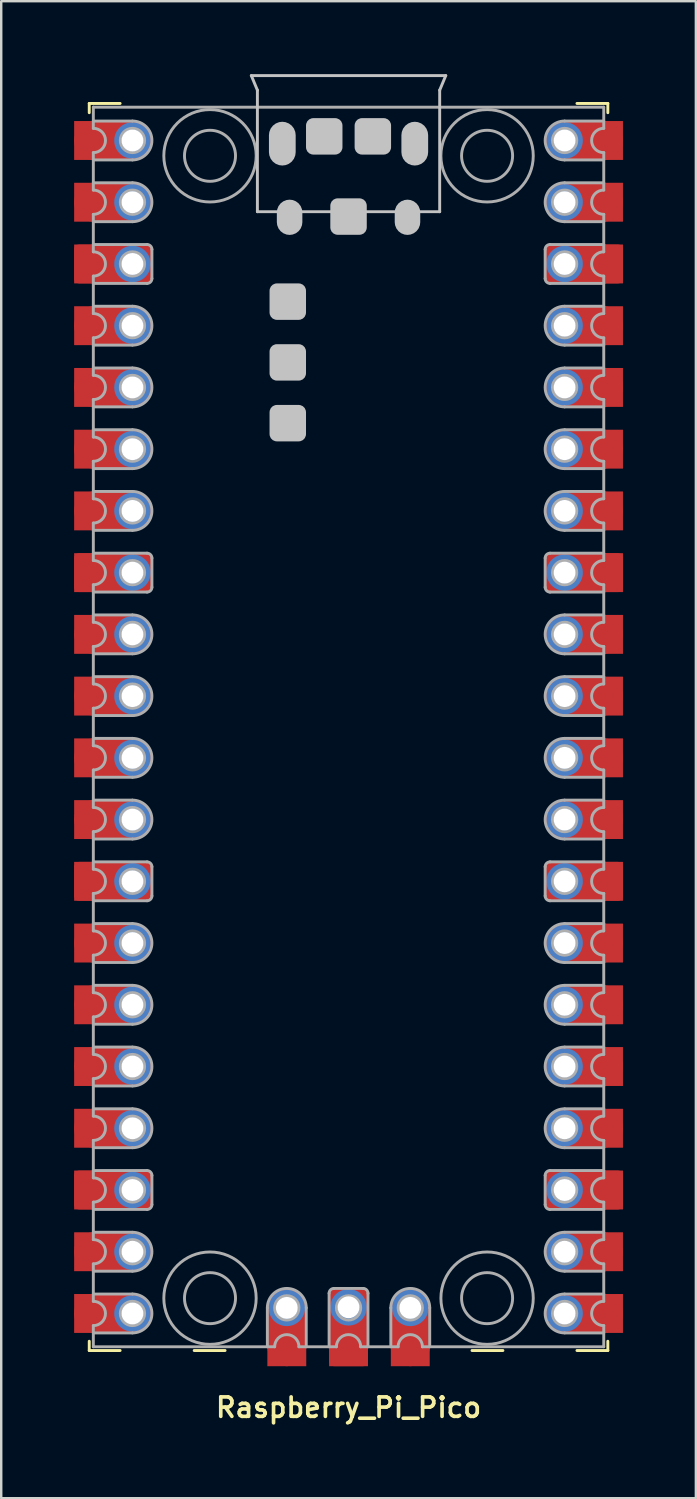
<source format=kicad_pcb>
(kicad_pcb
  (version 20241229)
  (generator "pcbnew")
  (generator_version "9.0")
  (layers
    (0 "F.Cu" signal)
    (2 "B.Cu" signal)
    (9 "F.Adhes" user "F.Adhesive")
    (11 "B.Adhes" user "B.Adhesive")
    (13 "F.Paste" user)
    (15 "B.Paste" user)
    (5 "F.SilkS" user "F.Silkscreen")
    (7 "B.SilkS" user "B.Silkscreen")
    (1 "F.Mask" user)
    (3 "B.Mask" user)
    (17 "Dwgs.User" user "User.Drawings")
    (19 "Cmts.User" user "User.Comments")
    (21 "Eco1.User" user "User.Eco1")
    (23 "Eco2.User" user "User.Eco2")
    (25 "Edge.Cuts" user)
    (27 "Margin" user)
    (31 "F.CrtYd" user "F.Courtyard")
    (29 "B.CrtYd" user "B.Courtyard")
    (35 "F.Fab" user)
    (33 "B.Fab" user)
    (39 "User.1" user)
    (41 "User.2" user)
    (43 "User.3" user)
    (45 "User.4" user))
  (footprint "Raspberry_Pi_Pico"
    (layer "F.Cu")
    (at 11.29 26.86)
    (property "Reference" "Raspberry_Pi_Pico" (at 0 28 0) (layer "F.SilkS") (effects (font (size 0.8 0.8) (thickness 0.15))))
    (attr through_hole)
    (fp_line (start -10.668 -25.654) (end -9.398 -25.654) (stroke (width 0.12) (type solid)) (layer "F.SilkS"))
    (fp_line (start -10.668 -25.273) (end -10.668 -25.654) (stroke (width 0.12) (type solid)) (layer "F.SilkS"))
    (fp_line (start -10.668 25.273) (end -10.668 25.654) (stroke (width 0.12) (type solid)) (layer "F.SilkS"))
    (fp_line (start -10.668 25.654) (end -9.398 25.654) (stroke (width 0.12) (type solid)) (layer "F.SilkS"))
    (fp_line (start -6.35 25.654) (end -5.08 25.654) (stroke (width 0.12) (type solid)) (layer "F.SilkS"))
    (fp_line (start 5.08 25.654) (end 6.35 25.654) (stroke (width 0.12) (type solid)) (layer "F.SilkS"))
    (fp_line (start 9.398 25.654) (end 10.668 25.654) (stroke (width 0.12) (type solid)) (layer "F.SilkS"))
    (fp_line (start 10.668 -25.654) (end 9.398 -25.654) (stroke (width 0.12) (type solid)) (layer "F.SilkS"))
    (fp_line (start 10.668 -25.273) (end 10.668 -25.654) (stroke (width 0.12) (type solid)) (layer "F.SilkS"))
    (fp_line (start 10.668 25.654) (end 10.668 25.273) (stroke (width 0.12) (type solid)) (layer "F.SilkS"))
    (fp_line (start -4 -26.8) (end -3.75 -26.2) (stroke (width 0.12) (type solid)) (layer "Dwgs.User"))
    (fp_line (start -4 -26.8) (end 4 -26.8) (stroke (width 0.12) (type solid)) (layer "Dwgs.User"))
    (fp_line (start -3.75 -26.2) (end -3.75 -21.2) (stroke (width 0.12) (type solid)) (layer "Dwgs.User"))
    (fp_line (start -3.75 -21.2) (end 3.75 -21.2) (stroke (width 0.12) (type solid)) (layer "Dwgs.User"))
    (fp_line (start 3.75 -26.2) (end 3.75 -21.2) (stroke (width 0.12) (type solid)) (layer "Dwgs.User"))
    (fp_line (start 4 -26.8) (end 3.75 -26.2) (stroke (width 0.12) (type solid)) (layer "Dwgs.User"))
    (fp_line (start -10.5 -25.5) (end -10.5 -24.63) (stroke (width 0.12) (type solid)) (layer "F.Fab"))
    (fp_line (start -10.5 -23.63) (end -10.5 -22.09) (stroke (width 0.12) (type solid)) (layer "F.Fab"))
    (fp_line (start -10.5 -21.09) (end -10.5 -19.55) (stroke (width 0.12) (type solid)) (layer "F.Fab"))
    (fp_line (start -10.5 -18.55) (end -10.5 -17.01) (stroke (width 0.12) (type solid)) (layer "F.Fab"))
    (fp_line (start -10.5 -16.01) (end -10.5 -14.47) (stroke (width 0.12) (type solid)) (layer "F.Fab"))
    (fp_line (start -10.5 -13.47) (end -10.5 -11.93) (stroke (width 0.12) (type solid)) (layer "F.Fab"))
    (fp_line (start -10.5 -10.93) (end -10.5 -9.39) (stroke (width 0.12) (type solid)) (layer "F.Fab"))
    (fp_line (start -10.5 -8.39) (end -10.5 -6.85) (stroke (width 0.12) (type solid)) (layer "F.Fab"))
    (fp_line (start -10.5 -5.85) (end -10.5 -4.31) (stroke (width 0.12) (type solid)) (layer "F.Fab"))
    (fp_line (start -10.5 -3.31) (end -10.5 -1.77) (stroke (width 0.12) (type solid)) (layer "F.Fab"))
    (fp_line (start -10.5 -0.77) (end -10.5 0.77) (stroke (width 0.12) (type solid)) (layer "F.Fab"))
    (fp_line (start -10.5 1.77) (end -10.5 3.31) (stroke (width 0.12) (type solid)) (layer "F.Fab"))
    (fp_line (start -10.5 4.31) (end -10.5 5.85) (stroke (width 0.12) (type solid)) (layer "F.Fab"))
    (fp_line (start -10.5 6.85) (end -10.5 8.39) (stroke (width 0.12) (type solid)) (layer "F.Fab"))
    (fp_line (start -10.5 9.39) (end -10.5 10.93) (stroke (width 0.12) (type solid)) (layer "F.Fab"))
    (fp_line (start -10.5 11.93) (end -10.5 13.47) (stroke (width 0.12) (type solid)) (layer "F.Fab"))
    (fp_line (start -10.5 14.47) (end -10.5 16.01) (stroke (width 0.12) (type solid)) (layer "F.Fab"))
    (fp_line (start -10.5 17.01) (end -10.5 18.55) (stroke (width 0.12) (type solid)) (layer "F.Fab"))
    (fp_line (start -10.5 19.55) (end -10.5 21.09) (stroke (width 0.12) (type solid)) (layer "F.Fab"))
    (fp_line (start -10.5 22.09) (end -10.5 23.63) (stroke (width 0.12) (type solid)) (layer "F.Fab"))
    (fp_line (start -10.5 24.63) (end -10.5 25.5) (stroke (width 0.12) (type solid)) (layer "F.Fab"))
    (fp_line (start -8.89 -24.93) (end -10.5 -24.93) (stroke (width 0.12) (type solid)) (layer "F.Fab"))
    (fp_line (start -8.89 -23.33) (end -10.5 -23.33) (stroke (width 0.12) (type solid)) (layer "F.Fab"))
    (fp_line (start -8.89 -22.39) (end -10.5 -22.39) (stroke (width 0.12) (type solid)) (layer "F.Fab"))
    (fp_line (start -8.89 -20.79) (end -10.5 -20.79) (stroke (width 0.12) (type solid)) (layer "F.Fab"))
    (fp_line (start -8.89 -17.31) (end -10.5 -17.31) (stroke (width 0.12) (type solid)) (layer "F.Fab"))
    (fp_line (start -8.89 -15.71) (end -10.5 -15.71) (stroke (width 0.12) (type solid)) (layer "F.Fab"))
    (fp_line (start -8.89 -14.77) (end -10.5 -14.77) (stroke (width 0.12) (type solid)) (layer "F.Fab"))
    (fp_line (start -8.89 -13.17) (end -10.5 -13.17) (stroke (width 0.12) (type solid)) (layer "F.Fab"))
    (fp_line (start -8.89 -12.23) (end -10.5 -12.23) (stroke (width 0.12) (type solid)) (layer "F.Fab"))
    (fp_line (start -8.89 -10.63) (end -10.5 -10.63) (stroke (width 0.12) (type solid)) (layer "F.Fab"))
    (fp_line (start -8.89 -9.69) (end -10.5 -9.69) (stroke (width 0.12) (type solid)) (layer "F.Fab"))
    (fp_line (start -8.89 -8.09) (end -10.5 -8.09) (stroke (width 0.12) (type solid)) (layer "F.Fab"))
    (fp_line (start -8.89 -4.61) (end -10.5 -4.61) (stroke (width 0.12) (type solid)) (layer "F.Fab"))
    (fp_line (start -8.89 -3.01) (end -10.5 -3.01) (stroke (width 0.12) (type solid)) (layer "F.Fab"))
    (fp_line (start -8.89 -2.07) (end -10.5 -2.07) (stroke (width 0.12) (type solid)) (layer "F.Fab"))
    (fp_line (start -8.89 -0.47) (end -10.5 -0.47) (stroke (width 0.12) (type solid)) (layer "F.Fab"))
    (fp_line (start -8.89 0.47) (end -10.5 0.47) (stroke (width 0.12) (type solid)) (layer "F.Fab"))
    (fp_line (start -8.89 2.07) (end -10.5 2.07) (stroke (width 0.12) (type solid)) (layer "F.Fab"))
    (fp_line (start -8.89 3.01) (end -10.5 3.01) (stroke (width 0.12) (type solid)) (layer "F.Fab"))
    (fp_line (start -8.89 4.61) (end -10.5 4.61) (stroke (width 0.12) (type solid)) (layer "F.Fab"))
    (fp_line (start -8.89 8.09) (end -10.5 8.09) (stroke (width 0.12) (type solid)) (layer "F.Fab"))
    (fp_line (start -8.89 9.69) (end -10.5 9.69) (stroke (width 0.12) (type solid)) (layer "F.Fab"))
    (fp_line (start -8.89 10.63) (end -10.5 10.63) (stroke (width 0.12) (type solid)) (layer "F.Fab"))
    (fp_line (start -8.89 12.23) (end -10.5 12.23) (stroke (width 0.12) (type solid)) (layer "F.Fab"))
    (fp_line (start -8.89 13.17) (end -10.5 13.17) (stroke (width 0.12) (type solid)) (layer "F.Fab"))
    (fp_line (start -8.89 14.77) (end -10.5 14.77) (stroke (width 0.12) (type solid)) (layer "F.Fab"))
    (fp_line (start -8.89 15.71) (end -10.5 15.71) (stroke (width 0.12) (type solid)) (layer "F.Fab"))
    (fp_line (start -8.89 17.31) (end -10.5 17.31) (stroke (width 0.12) (type solid)) (layer "F.Fab"))
    (fp_line (start -8.89 20.79) (end -10.5 20.79) (stroke (width 0.12) (type solid)) (layer "F.Fab"))
    (fp_line (start -8.89 22.39) (end -10.5 22.39) (stroke (width 0.12) (type solid)) (layer "F.Fab"))
    (fp_line (start -8.89 23.33) (end -10.5 23.33) (stroke (width 0.12) (type solid)) (layer "F.Fab"))
    (fp_line (start -8.89 24.93) (end -10.5 24.93) (stroke (width 0.12) (type solid)) (layer "F.Fab"))
    (fp_line (start -8.29 -19.85) (end -10.5 -19.85) (stroke (width 0.12) (type solid)) (layer "F.Fab"))
    (fp_line (start -8.29 -18.25) (end -10.5 -18.25) (stroke (width 0.12) (type solid)) (layer "F.Fab"))
    (fp_line (start -8.29 -7.15) (end -10.5 -7.15) (stroke (width 0.12) (type solid)) (layer "F.Fab"))
    (fp_line (start -8.29 -5.55) (end -10.5 -5.55) (stroke (width 0.12) (type solid)) (layer "F.Fab"))
    (fp_line (start -8.29 5.55) (end -10.5 5.55) (stroke (width 0.12) (type solid)) (layer "F.Fab"))
    (fp_line (start -8.29 7.15) (end -10.5 7.15) (stroke (width 0.12) (type solid)) (layer "F.Fab"))
    (fp_line (start -8.29 18.25) (end -10.5 18.25) (stroke (width 0.12) (type solid)) (layer "F.Fab"))
    (fp_line (start -8.29 19.85) (end -10.5 19.85) (stroke (width 0.12) (type solid)) (layer "F.Fab"))
    (fp_line (start -8.09 -19.65) (end -8.09 -18.45) (stroke (width 0.12) (type solid)) (layer "F.Fab"))
    (fp_line (start -8.09 -6.95) (end -8.09 -5.75) (stroke (width 0.12) (type solid)) (layer "F.Fab"))
    (fp_line (start -8.09 5.75) (end -8.09 6.95) (stroke (width 0.12) (type solid)) (layer "F.Fab"))
    (fp_line (start -8.09 18.45) (end -8.09 19.65) (stroke (width 0.12) (type solid)) (layer "F.Fab"))
    (fp_line (start -3.34 23.9) (end -3.34 25.5) (stroke (width 0.12) (type solid)) (layer "F.Fab"))
    (fp_line (start -3.04 25.5) (end -10.5 25.5) (stroke (width 0.12) (type solid)) (layer "F.Fab"))
    (fp_line (start -1.74 23.9) (end -1.74 25.5) (stroke (width 0.12) (type solid)) (layer "F.Fab"))
    (fp_line (start -0.8 23.3) (end -0.8 25.5) (stroke (width 0.12) (type solid)) (layer "F.Fab"))
    (fp_line (start -0.6 23.1) (end 0.6 23.1) (stroke (width 0.12) (type solid)) (layer "F.Fab"))
    (fp_line (start -0.5 25.5) (end -2.04 25.5) (stroke (width 0.12) (type solid)) (layer "F.Fab"))
    (fp_line (start 0.8 23.3) (end 0.8 25.5) (stroke (width 0.12) (type solid)) (layer "F.Fab"))
    (fp_line (start 1.74 23.9) (end 1.74 25.5) (stroke (width 0.12) (type solid)) (layer "F.Fab"))
    (fp_line (start 2.04 25.5) (end 0.5 25.5) (stroke (width 0.12) (type solid)) (layer "F.Fab"))
    (fp_line (start 3.34 23.9) (end 3.34 25.5) (stroke (width 0.12) (type solid)) (layer "F.Fab"))
    (fp_line (start 8.09 -18.45) (end 8.09 -19.65) (stroke (width 0.12) (type solid)) (layer "F.Fab"))
    (fp_line (start 8.09 -5.75) (end 8.09 -6.95) (stroke (width 0.12) (type solid)) (layer "F.Fab"))
    (fp_line (start 8.09 6.95) (end 8.09 5.75) (stroke (width 0.12) (type solid)) (layer "F.Fab"))
    (fp_line (start 8.09 19.65) (end 8.09 18.45) (stroke (width 0.12) (type solid)) (layer "F.Fab"))
    (fp_line (start 8.29 -19.85) (end 10.5 -19.85) (stroke (width 0.12) (type solid)) (layer "F.Fab"))
    (fp_line (start 8.29 -18.25) (end 10.5 -18.25) (stroke (width 0.12) (type solid)) (layer "F.Fab"))
    (fp_line (start 8.29 -7.15) (end 10.5 -7.15) (stroke (width 0.12) (type solid)) (layer "F.Fab"))
    (fp_line (start 8.29 -5.55) (end 10.5 -5.55) (stroke (width 0.12) (type solid)) (layer "F.Fab"))
    (fp_line (start 8.29 5.55) (end 10.5 5.55) (stroke (width 0.12) (type solid)) (layer "F.Fab"))
    (fp_line (start 8.29 7.15) (end 10.5 7.15) (stroke (width 0.12) (type solid)) (layer "F.Fab"))
    (fp_line (start 8.29 18.25) (end 10.5 18.25) (stroke (width 0.12) (type solid)) (layer "F.Fab"))
    (fp_line (start 8.29 19.85) (end 10.5 19.85) (stroke (width 0.12) (type solid)) (layer "F.Fab"))
    (fp_line (start 8.89 -24.93) (end 10.5 -24.93) (stroke (width 0.12) (type solid)) (layer "F.Fab"))
    (fp_line (start 8.89 -23.33) (end 10.5 -23.33) (stroke (width 0.12) (type solid)) (layer "F.Fab"))
    (fp_line (start 8.89 -22.39) (end 10.5 -22.39) (stroke (width 0.12) (type solid)) (layer "F.Fab"))
    (fp_line (start 8.89 -20.79) (end 10.5 -20.79) (stroke (width 0.12) (type solid)) (layer "F.Fab"))
    (fp_line (start 8.89 -17.31) (end 10.5 -17.31) (stroke (width 0.12) (type solid)) (layer "F.Fab"))
    (fp_line (start 8.89 -15.71) (end 10.5 -15.71) (stroke (width 0.12) (type solid)) (layer "F.Fab"))
    (fp_line (start 8.89 -14.77) (end 10.5 -14.77) (stroke (width 0.12) (type solid)) (layer "F.Fab"))
    (fp_line (start 8.89 -13.17) (end 10.5 -13.17) (stroke (width 0.12) (type solid)) (layer "F.Fab"))
    (fp_line (start 8.89 -12.23) (end 10.5 -12.23) (stroke (width 0.12) (type solid)) (layer "F.Fab"))
    (fp_line (start 8.89 -10.63) (end 10.5 -10.63) (stroke (width 0.12) (type solid)) (layer "F.Fab"))
    (fp_line (start 8.89 -9.69) (end 10.5 -9.69) (stroke (width 0.12) (type solid)) (layer "F.Fab"))
    (fp_line (start 8.89 -8.09) (end 10.5 -8.09) (stroke (width 0.12) (type solid)) (layer "F.Fab"))
    (fp_line (start 8.89 -4.61) (end 10.5 -4.61) (stroke (width 0.12) (type solid)) (layer "F.Fab"))
    (fp_line (start 8.89 -3.01) (end 10.5 -3.01) (stroke (width 0.12) (type solid)) (layer "F.Fab"))
    (fp_line (start 8.89 -2.07) (end 10.5 -2.07) (stroke (width 0.12) (type solid)) (layer "F.Fab"))
    (fp_line (start 8.89 -0.47) (end 10.5 -0.47) (stroke (width 0.12) (type solid)) (layer "F.Fab"))
    (fp_line (start 8.89 0.47) (end 10.5 0.47) (stroke (width 0.12) (type solid)) (layer "F.Fab"))
    (fp_line (start 8.89 2.07) (end 10.5 2.07) (stroke (width 0.12) (type solid)) (layer "F.Fab"))
    (fp_line (start 8.89 3.01) (end 10.5 3.01) (stroke (width 0.12) (type solid)) (layer "F.Fab"))
    (fp_line (start 8.89 4.61) (end 10.5 4.61) (stroke (width 0.12) (type solid)) (layer "F.Fab"))
    (fp_line (start 8.89 8.09) (end 10.5 8.09) (stroke (width 0.12) (type solid)) (layer "F.Fab"))
    (fp_line (start 8.89 9.69) (end 10.5 9.69) (stroke (width 0.12) (type solid)) (layer "F.Fab"))
    (fp_line (start 8.89 10.63) (end 10.5 10.63) (stroke (width 0.12) (type solid)) (layer "F.Fab"))
    (fp_line (start 8.89 12.23) (end 10.5 12.23) (stroke (width 0.12) (type solid)) (layer "F.Fab"))
    (fp_line (start 8.89 13.17) (end 10.5 13.17) (stroke (width 0.12) (type solid)) (layer "F.Fab"))
    (fp_line (start 8.89 14.77) (end 10.5 14.77) (stroke (width 0.12) (type solid)) (layer "F.Fab"))
    (fp_line (start 8.89 15.71) (end 10.5 15.71) (stroke (width 0.12) (type solid)) (layer "F.Fab"))
    (fp_line (start 8.89 17.31) (end 10.5 17.31) (stroke (width 0.12) (type solid)) (layer "F.Fab"))
    (fp_line (start 8.89 20.79) (end 10.5 20.79) (stroke (width 0.12) (type solid)) (layer "F.Fab"))
    (fp_line (start 8.89 22.39) (end 10.5 22.39) (stroke (width 0.12) (type solid)) (layer "F.Fab"))
    (fp_line (start 8.89 23.33) (end 10.5 23.33) (stroke (width 0.12) (type solid)) (layer "F.Fab"))
    (fp_line (start 8.89 24.93) (end 10.5 24.93) (stroke (width 0.12) (type solid)) (layer "F.Fab"))
    (fp_line (start 10.5 -25.5) (end -10.5 -25.5) (stroke (width 0.12) (type solid)) (layer "F.Fab"))
    (fp_line (start 10.5 -25.5) (end 10.5 -24.63) (stroke (width 0.12) (type solid)) (layer "F.Fab"))
    (fp_line (start 10.5 -23.63) (end 10.5 -22.09) (stroke (width 0.12) (type solid)) (layer "F.Fab"))
    (fp_line (start 10.5 -21.09) (end 10.5 -19.55) (stroke (width 0.12) (type solid)) (layer "F.Fab"))
    (fp_line (start 10.5 -18.55) (end 10.5 -17.01) (stroke (width 0.12) (type solid)) (layer "F.Fab"))
    (fp_line (start 10.5 -16.01) (end 10.5 -14.47) (stroke (width 0.12) (type solid)) (layer "F.Fab"))
    (fp_line (start 10.5 -13.47) (end 10.5 -11.93) (stroke (width 0.12) (type solid)) (layer "F.Fab"))
    (fp_line (start 10.5 -10.93) (end 10.5 -9.39) (stroke (width 0.12) (type solid)) (layer "F.Fab"))
    (fp_line (start 10.5 -8.39) (end 10.5 -6.85) (stroke (width 0.12) (type solid)) (layer "F.Fab"))
    (fp_line (start 10.5 -5.85) (end 10.5 -4.31) (stroke (width 0.12) (type solid)) (layer "F.Fab"))
    (fp_line (start 10.5 -3.31) (end 10.5 -1.77) (stroke (width 0.12) (type solid)) (layer "F.Fab"))
    (fp_line (start 10.5 -0.77) (end 10.5 0.77) (stroke (width 0.12) (type solid)) (layer "F.Fab"))
    (fp_line (start 10.5 1.77) (end 10.5 3.31) (stroke (width 0.12) (type solid)) (layer "F.Fab"))
    (fp_line (start 10.5 4.31) (end 10.5 5.85) (stroke (width 0.12) (type solid)) (layer "F.Fab"))
    (fp_line (start 10.5 6.85) (end 10.5 8.39) (stroke (width 0.12) (type solid)) (layer "F.Fab"))
    (fp_line (start 10.5 9.39) (end 10.5 10.93) (stroke (width 0.12) (type solid)) (layer "F.Fab"))
    (fp_line (start 10.5 11.93) (end 10.5 13.47) (stroke (width 0.12) (type solid)) (layer "F.Fab"))
    (fp_line (start 10.5 14.47) (end 10.5 16.01) (stroke (width 0.12) (type solid)) (layer "F.Fab"))
    (fp_line (start 10.5 17.01) (end 10.5 18.55) (stroke (width 0.12) (type solid)) (layer "F.Fab"))
    (fp_line (start 10.5 19.55) (end 10.5 21.09) (stroke (width 0.12) (type solid)) (layer "F.Fab"))
    (fp_line (start 10.5 22.09) (end 10.5 23.63) (stroke (width 0.12) (type solid)) (layer "F.Fab"))
    (fp_line (start 10.5 25.5) (end 3.04 25.5) (stroke (width 0.12) (type solid)) (layer "F.Fab"))
    (fp_line (start 10.5 25.5) (end 10.5 24.63) (stroke (width 0.12) (type solid)) (layer "F.Fab"))
    (fp_arc (start -10.5 -24.63) (mid -10 -24.13) (end -10.5 -23.63) (stroke (width 0.12) (type solid)) (layer "F.Fab"))
    (fp_arc (start -10.5 -22.09) (mid -10 -21.59) (end -10.5 -21.09) (stroke (width 0.12) (type solid)) (layer "F.Fab"))
    (fp_arc (start -10.5 -19.55) (mid -10 -19.05) (end -10.5 -18.55) (stroke (width 0.12) (type solid)) (layer "F.Fab"))
    (fp_arc (start -10.5 -17.01) (mid -10 -16.51) (end -10.5 -16.01) (stroke (width 0.12) (type solid)) (layer "F.Fab"))
    (fp_arc (start -10.5 -14.47) (mid -10 -13.97) (end -10.5 -13.47) (stroke (width 0.12) (type solid)) (layer "F.Fab"))
    (fp_arc (start -10.5 -11.93) (mid -10 -11.43) (end -10.5 -10.93) (stroke (width 0.12) (type solid)) (layer "F.Fab"))
    (fp_arc (start -10.5 -9.39) (mid -10 -8.89) (end -10.5 -8.39) (stroke (width 0.12) (type solid)) (layer "F.Fab"))
    (fp_arc (start -10.5 -6.85) (mid -10 -6.35) (end -10.5 -5.85) (stroke (width 0.12) (type solid)) (layer "F.Fab"))
    (fp_arc (start -10.5 -4.31) (mid -10 -3.81) (end -10.5 -3.31) (stroke (width 0.12) (type solid)) (layer "F.Fab"))
    (fp_arc (start -10.5 -1.77) (mid -10 -1.27) (end -10.5 -0.77) (stroke (width 0.12) (type solid)) (layer "F.Fab"))
    (fp_arc (start -10.5 0.77) (mid -10 1.27) (end -10.5 1.77) (stroke (width 0.12) (type solid)) (layer "F.Fab"))
    (fp_arc (start -10.5 3.31) (mid -10 3.81) (end -10.5 4.31) (stroke (width 0.12) (type solid)) (layer "F.Fab"))
    (fp_arc (start -10.5 5.85) (mid -10 6.35) (end -10.5 6.85) (stroke (width 0.12) (type solid)) (layer "F.Fab"))
    (fp_arc (start -10.5 8.39) (mid -10 8.89) (end -10.5 9.39) (stroke (width 0.12) (type solid)) (layer "F.Fab"))
    (fp_arc (start -10.5 10.93) (mid -10 11.43) (end -10.5 11.93) (stroke (width 0.12) (type solid)) (layer "F.Fab"))
    (fp_arc (start -10.5 13.47) (mid -10 13.97) (end -10.5 14.47) (stroke (width 0.12) (type solid)) (layer "F.Fab"))
    (fp_arc (start -10.5 16.01) (mid -10 16.51) (end -10.5 17.01) (stroke (width 0.12) (type solid)) (layer "F.Fab"))
    (fp_arc (start -10.5 18.55) (mid -10 19.05) (end -10.5 19.55) (stroke (width 0.12) (type solid)) (layer "F.Fab"))
    (fp_arc (start -10.5 21.09) (mid -10 21.59) (end -10.5 22.09) (stroke (width 0.12) (type solid)) (layer "F.Fab"))
    (fp_arc (start -10.5 23.63) (mid -10 24.13) (end -10.5 24.63) (stroke (width 0.12) (type solid)) (layer "F.Fab"))
    (fp_arc (start -8.89 -24.93) (mid -8.09 -24.13) (end -8.89 -23.33) (stroke (width 0.12) (type solid)) (layer "F.Fab"))
    (fp_arc (start -8.89 -22.39) (mid -8.09 -21.59) (end -8.89 -20.79) (stroke (width 0.12) (type solid)) (layer "F.Fab"))
    (fp_arc (start -8.89 -17.31) (mid -8.09 -16.51) (end -8.89 -15.71) (stroke (width 0.12) (type solid)) (layer "F.Fab"))
    (fp_arc (start -8.89 -14.77) (mid -8.09 -13.97) (end -8.89 -13.17) (stroke (width 0.12) (type solid)) (layer "F.Fab"))
    (fp_arc (start -8.89 -12.23) (mid -8.09 -11.43) (end -8.89 -10.63) (stroke (width 0.12) (type solid)) (layer "F.Fab"))
    (fp_arc (start -8.89 -9.69) (mid -8.09 -8.89) (end -8.89 -8.09) (stroke (width 0.12) (type solid)) (layer "F.Fab"))
    (fp_arc (start -8.89 -4.61) (mid -8.09 -3.81) (end -8.89 -3.01) (stroke (width 0.12) (type solid)) (layer "F.Fab"))
    (fp_arc (start -8.89 -2.07) (mid -8.09 -1.27) (end -8.89 -0.47) (stroke (width 0.12) (type solid)) (layer "F.Fab"))
    (fp_arc (start -8.89 0.47) (mid -8.09 1.27) (end -8.89 2.07) (stroke (width 0.12) (type solid)) (layer "F.Fab"))
    (fp_arc (start -8.89 3.01) (mid -8.09 3.81) (end -8.89 4.61) (stroke (width 0.12) (type solid)) (layer "F.Fab"))
    (fp_arc (start -8.89 8.09) (mid -8.09 8.89) (end -8.89 9.69) (stroke (width 0.12) (type solid)) (layer "F.Fab"))
    (fp_arc (start -8.89 10.63) (mid -8.09 11.43) (end -8.89 12.23) (stroke (width 0.12) (type solid)) (layer "F.Fab"))
    (fp_arc (start -8.89 13.17) (mid -8.09 13.97) (end -8.89 14.77) (stroke (width 0.12) (type solid)) (layer "F.Fab"))
    (fp_arc (start -8.89 15.71) (mid -8.09 16.51) (end -8.89 17.31) (stroke (width 0.12) (type solid)) (layer "F.Fab"))
    (fp_arc (start -8.89 20.79) (mid -8.09 21.59) (end -8.89 22.39) (stroke (width 0.12) (type solid)) (layer "F.Fab"))
    (fp_arc (start -8.89 23.33) (mid -8.09 24.13) (end -8.89 24.93) (stroke (width 0.12) (type solid)) (layer "F.Fab"))
    (fp_arc (start -8.29 -19.85) (mid -8.148579 -19.791421) (end -8.09 -19.65) (stroke (width 0.12) (type solid)) (layer "F.Fab"))
    (fp_arc (start -8.29 -7.15) (mid -8.148579 -7.091421) (end -8.09 -6.95) (stroke (width 0.12) (type solid)) (layer "F.Fab"))
    (fp_arc (start -8.29 5.55) (mid -8.148579 5.608579) (end -8.09 5.75) (stroke (width 0.12) (type solid)) (layer "F.Fab"))
    (fp_arc (start -8.29 18.25) (mid -8.148579 18.308579) (end -8.09 18.45) (stroke (width 0.12) (type solid)) (layer "F.Fab"))
    (fp_arc (start -8.09 -18.45) (mid -8.148579 -18.308579) (end -8.29 -18.25) (stroke (width 0.12) (type solid)) (layer "F.Fab"))
    (fp_arc (start -8.09 -5.75) (mid -8.148579 -5.608579) (end -8.29 -5.55) (stroke (width 0.12) (type solid)) (layer "F.Fab"))
    (fp_arc (start -8.09 6.95) (mid -8.148579 7.091421) (end -8.29 7.15) (stroke (width 0.12) (type solid)) (layer "F.Fab"))
    (fp_arc (start -8.09 19.65) (mid -8.148579 19.791421) (end -8.29 19.85) (stroke (width 0.12) (type solid)) (layer "F.Fab"))
    (fp_arc (start -3.34 23.9) (mid -2.54 23.1) (end -1.74 23.9) (stroke (width 0.12) (type solid)) (layer "F.Fab"))
    (fp_arc (start -3.04 25.5) (mid -2.54 25) (end -2.04 25.5) (stroke (width 0.12) (type solid)) (layer "F.Fab"))
    (fp_arc (start -0.8 23.3) (mid -0.741421 23.158579) (end -0.6 23.1) (stroke (width 0.12) (type solid)) (layer "F.Fab"))
    (fp_arc (start -0.5 25.5) (mid 0 25) (end 0.5 25.5) (stroke (width 0.12) (type solid)) (layer "F.Fab"))
    (fp_arc (start 0.6 23.1) (mid 0.741421 23.158579) (end 0.8 23.3) (stroke (width 0.12) (type solid)) (layer "F.Fab"))
    (fp_arc (start 1.74 23.9) (mid 2.54 23.1) (end 3.34 23.9) (stroke (width 0.12) (type solid)) (layer "F.Fab"))
    (fp_arc (start 2.04 25.5) (mid 2.54 25) (end 3.04 25.5) (stroke (width 0.12) (type solid)) (layer "F.Fab"))
    (fp_arc (start 8.09 -19.65) (mid 8.148579 -19.791421) (end 8.29 -19.85) (stroke (width 0.12) (type solid)) (layer "F.Fab"))
    (fp_arc (start 8.09 -6.95) (mid 8.148579 -7.091421) (end 8.29 -7.15) (stroke (width 0.12) (type solid)) (layer "F.Fab"))
    (fp_arc (start 8.09 5.75) (mid 8.148579 5.608579) (end 8.29 5.55) (stroke (width 0.12) (type solid)) (layer "F.Fab"))
    (fp_arc (start 8.09 18.45) (mid 8.148579 18.308579) (end 8.29 18.25) (stroke (width 0.12) (type solid)) (layer "F.Fab"))
    (fp_arc (start 8.29 -18.25) (mid 8.148579 -18.308579) (end 8.09 -18.45) (stroke (width 0.12) (type solid)) (layer "F.Fab"))
    (fp_arc (start 8.29 -5.55) (mid 8.148579 -5.608579) (end 8.09 -5.75) (stroke (width 0.12) (type solid)) (layer "F.Fab"))
    (fp_arc (start 8.29 7.15) (mid 8.148579 7.091421) (end 8.09 6.95) (stroke (width 0.12) (type solid)) (layer "F.Fab"))
    (fp_arc (start 8.29 19.85) (mid 8.148579 19.791421) (end 8.09 19.65) (stroke (width 0.12) (type solid)) (layer "F.Fab"))
    (fp_arc (start 8.89 -23.33) (mid 8.09 -24.13) (end 8.89 -24.93) (stroke (width 0.12) (type solid)) (layer "F.Fab"))
    (fp_arc (start 8.89 -20.79) (mid 8.09 -21.59) (end 8.89 -22.39) (stroke (width 0.12) (type solid)) (layer "F.Fab"))
    (fp_arc (start 8.89 -15.71) (mid 8.09 -16.51) (end 8.89 -17.31) (stroke (width 0.12) (type solid)) (layer "F.Fab"))
    (fp_arc (start 8.89 -13.17) (mid 8.09 -13.97) (end 8.89 -14.77) (stroke (width 0.12) (type solid)) (layer "F.Fab"))
    (fp_arc (start 8.89 -10.63) (mid 8.09 -11.43) (end 8.89 -12.23) (stroke (width 0.12) (type solid)) (layer "F.Fab"))
    (fp_arc (start 8.89 -8.09) (mid 8.09 -8.89) (end 8.89 -9.69) (stroke (width 0.12) (type solid)) (layer "F.Fab"))
    (fp_arc (start 8.89 -3.01) (mid 8.09 -3.81) (end 8.89 -4.61) (stroke (width 0.12) (type solid)) (layer "F.Fab"))
    (fp_arc (start 8.89 -0.47) (mid 8.09 -1.27) (end 8.89 -2.07) (stroke (width 0.12) (type solid)) (layer "F.Fab"))
    (fp_arc (start 8.89 2.07) (mid 8.09 1.27) (end 8.89 0.47) (stroke (width 0.12) (type solid)) (layer "F.Fab"))
    (fp_arc (start 8.89 4.61) (mid 8.09 3.81) (end 8.89 3.01) (stroke (width 0.12) (type solid)) (layer "F.Fab"))
    (fp_arc (start 8.89 9.69) (mid 8.09 8.89) (end 8.89 8.09) (stroke (width 0.12) (type solid)) (layer "F.Fab"))
    (fp_arc (start 8.89 12.23) (mid 8.09 11.43) (end 8.89 10.63) (stroke (width 0.12) (type solid)) (layer "F.Fab"))
    (fp_arc (start 8.89 14.77) (mid 8.09 13.97) (end 8.89 13.17) (stroke (width 0.12) (type solid)) (layer "F.Fab"))
    (fp_arc (start 8.89 17.31) (mid 8.09 16.51) (end 8.89 15.71) (stroke (width 0.12) (type solid)) (layer "F.Fab"))
    (fp_arc (start 8.89 22.39) (mid 8.09 21.59) (end 8.89 20.79) (stroke (width 0.12) (type solid)) (layer "F.Fab"))
    (fp_arc (start 8.89 24.93) (mid 8.09 24.13) (end 8.89 23.33) (stroke (width 0.12) (type solid)) (layer "F.Fab"))
    (fp_arc (start 10.5 -23.63) (mid 10 -24.13) (end 10.5 -24.63) (stroke (width 0.12) (type solid)) (layer "F.Fab"))
    (fp_arc (start 10.5 -21.09) (mid 10 -21.59) (end 10.5 -22.09) (stroke (width 0.12) (type solid)) (layer "F.Fab"))
    (fp_arc (start 10.5 -18.55) (mid 10 -19.05) (end 10.5 -19.55) (stroke (width 0.12) (type solid)) (layer "F.Fab"))
    (fp_arc (start 10.5 -16.01) (mid 10 -16.51) (end 10.5 -17.01) (stroke (width 0.12) (type solid)) (layer "F.Fab"))
    (fp_arc (start 10.5 -13.47) (mid 10 -13.97) (end 10.5 -14.47) (stroke (width 0.12) (type solid)) (layer "F.Fab"))
    (fp_arc (start 10.5 -10.93) (mid 10 -11.43) (end 10.5 -11.93) (stroke (width 0.12) (type solid)) (layer "F.Fab"))
    (fp_arc (start 10.5 -8.39) (mid 10 -8.89) (end 10.5 -9.39) (stroke (width 0.12) (type solid)) (layer "F.Fab"))
    (fp_arc (start 10.5 -5.85) (mid 10 -6.35) (end 10.5 -6.85) (stroke (width 0.12) (type solid)) (layer "F.Fab"))
    (fp_arc (start 10.5 -3.31) (mid 10 -3.81) (end 10.5 -4.31) (stroke (width 0.12) (type solid)) (layer "F.Fab"))
    (fp_arc (start 10.5 -0.77) (mid 10 -1.27) (end 10.5 -1.77) (stroke (width 0.12) (type solid)) (layer "F.Fab"))
    (fp_arc (start 10.5 1.77) (mid 10 1.27) (end 10.5 0.77) (stroke (width 0.12) (type solid)) (layer "F.Fab"))
    (fp_arc (start 10.5 4.31) (mid 10 3.81) (end 10.5 3.31) (stroke (width 0.12) (type solid)) (layer "F.Fab"))
    (fp_arc (start 10.5 6.85) (mid 10 6.35) (end 10.5 5.85) (stroke (width 0.12) (type solid)) (layer "F.Fab"))
    (fp_arc (start 10.5 9.39) (mid 10 8.89) (end 10.5 8.39) (stroke (width 0.12) (type solid)) (layer "F.Fab"))
    (fp_arc (start 10.5 11.93) (mid 10 11.43) (end 10.5 10.93) (stroke (width 0.12) (type solid)) (layer "F.Fab"))
    (fp_arc (start 10.5 14.47) (mid 10 13.97) (end 10.5 13.47) (stroke (width 0.12) (type solid)) (layer "F.Fab"))
    (fp_arc (start 10.5 17.01) (mid 10 16.51) (end 10.5 16.01) (stroke (width 0.12) (type solid)) (layer "F.Fab"))
    (fp_arc (start 10.5 19.55) (mid 10 19.05) (end 10.5 18.55) (stroke (width 0.12) (type solid)) (layer "F.Fab"))
    (fp_arc (start 10.5 22.09) (mid 10 21.59) (end 10.5 21.09) (stroke (width 0.12) (type solid)) (layer "F.Fab"))
    (fp_arc (start 10.5 24.63) (mid 10 24.13) (end 10.5 23.63) (stroke (width 0.12) (type solid)) (layer "F.Fab"))
    (fp_circle (center -8.89 -24.13) (end -8.39 -24.13) (stroke (width 0.12) (type solid)) (fill no) (layer "F.Fab"))
    (fp_circle (center -8.89 -21.59) (end -8.39 -21.59) (stroke (width 0.12) (type solid)) (fill no) (layer "F.Fab"))
    (fp_circle (center -8.89 -19.05) (end -8.39 -19.05) (stroke (width 0.12) (type solid)) (fill no) (layer "F.Fab"))
    (fp_circle (center -8.89 -16.51) (end -8.39 -16.51) (stroke (width 0.12) (type solid)) (fill no) (layer "F.Fab"))
    (fp_circle (center -8.89 -13.97) (end -8.39 -13.97) (stroke (width 0.12) (type solid)) (fill no) (layer "F.Fab"))
    (fp_circle (center -8.89 -11.43) (end -8.39 -11.43) (stroke (width 0.12) (type solid)) (fill no) (layer "F.Fab"))
    (fp_circle (center -8.89 -8.89) (end -8.39 -8.89) (stroke (width 0.12) (type solid)) (fill no) (layer "F.Fab"))
    (fp_circle (center -8.89 -6.35) (end -8.39 -6.35) (stroke (width 0.12) (type solid)) (fill no) (layer "F.Fab"))
    (fp_circle (center -8.89 -3.81) (end -8.39 -3.81) (stroke (width 0.12) (type solid)) (fill no) (layer "F.Fab"))
    (fp_circle (center -8.89 -1.27) (end -8.39 -1.27) (stroke (width 0.12) (type solid)) (fill no) (layer "F.Fab"))
    (fp_circle (center -8.89 1.27) (end -8.39 1.27) (stroke (width 0.12) (type solid)) (fill no) (layer "F.Fab"))
    (fp_circle (center -8.89 3.81) (end -8.39 3.81) (stroke (width 0.12) (type solid)) (fill no) (layer "F.Fab"))
    (fp_circle (center -8.89 6.35) (end -8.39 6.35) (stroke (width 0.12) (type solid)) (fill no) (layer "F.Fab"))
    (fp_circle (center -8.89 8.89) (end -8.39 8.89) (stroke (width 0.12) (type solid)) (fill no) (layer "F.Fab"))
    (fp_circle (center -8.89 11.43) (end -8.39 11.43) (stroke (width 0.12) (type solid)) (fill no) (layer "F.Fab"))
    (fp_circle (center -8.89 13.97) (end -8.39 13.97) (stroke (width 0.12) (type solid)) (fill no) (layer "F.Fab"))
    (fp_circle (center -8.89 16.51) (end -8.39 16.51) (stroke (width 0.12) (type solid)) (fill no) (layer "F.Fab"))
    (fp_circle (center -8.89 19.05) (end -8.39 19.05) (stroke (width 0.12) (type solid)) (fill no) (layer "F.Fab"))
    (fp_circle (center -8.89 21.59) (end -8.39 21.59) (stroke (width 0.12) (type solid)) (fill no) (layer "F.Fab"))
    (fp_circle (center -8.89 24.13) (end -8.39 24.13) (stroke (width 0.12) (type solid)) (fill no) (layer "F.Fab"))
    (fp_circle (center -5.7 -23.5) (end -4.65 -23.5) (stroke (width 0.12) (type solid)) (fill no) (layer "F.Fab"))
    (fp_circle (center -5.7 -23.5) (end -3.8 -23.5) (stroke (width 0.12) (type solid)) (fill no) (layer "F.Fab"))
    (fp_circle (center -5.7 23.5) (end -4.65 23.5) (stroke (width 0.12) (type solid)) (fill no) (layer "F.Fab"))
    (fp_circle (center -5.7 23.5) (end -3.8 23.5) (stroke (width 0.12) (type solid)) (fill no) (layer "F.Fab"))
    (fp_circle (center -2.54 23.9) (end -2.04 23.9) (stroke (width 0.12) (type solid)) (fill no) (layer "F.Fab"))
    (fp_circle (center 0 23.9) (end 0.5 23.9) (stroke (width 0.12) (type solid)) (fill no) (layer "F.Fab"))
    (fp_circle (center 2.54 23.9) (end 3.04 23.9) (stroke (width 0.12) (type solid)) (fill no) (layer "F.Fab"))
    (fp_circle (center 5.7 -23.5) (end 6.75 -23.5) (stroke (width 0.12) (type solid)) (fill no) (layer "F.Fab"))
    (fp_circle (center 5.7 -23.5) (end 7.6 -23.5) (stroke (width 0.12) (type solid)) (fill no) (layer "F.Fab"))
    (fp_circle (center 5.7 23.5) (end 6.75 23.5) (stroke (width 0.12) (type solid)) (fill no) (layer "F.Fab"))
    (fp_circle (center 5.7 23.5) (end 7.6 23.5) (stroke (width 0.12) (type solid)) (fill no) (layer "F.Fab"))
    (fp_circle (center 8.89 -24.13) (end 9.39 -24.13) (stroke (width 0.12) (type solid)) (fill no) (layer "F.Fab"))
    (fp_circle (center 8.89 -21.59) (end 9.39 -21.59) (stroke (width 0.12) (type solid)) (fill no) (layer "F.Fab"))
    (fp_circle (center 8.89 -19.05) (end 9.39 -19.05) (stroke (width 0.12) (type solid)) (fill no) (layer "F.Fab"))
    (fp_circle (center 8.89 -16.51) (end 9.39 -16.51) (stroke (width 0.12) (type solid)) (fill no) (layer "F.Fab"))
    (fp_circle (center 8.89 -13.97) (end 9.39 -13.97) (stroke (width 0.12) (type solid)) (fill no) (layer "F.Fab"))
    (fp_circle (center 8.89 -11.43) (end 9.39 -11.43) (stroke (width 0.12) (type solid)) (fill no) (layer "F.Fab"))
    (fp_circle (center 8.89 -8.89) (end 9.39 -8.89) (stroke (width 0.12) (type solid)) (fill no) (layer "F.Fab"))
    (fp_circle (center 8.89 -6.35) (end 9.39 -6.35) (stroke (width 0.12) (type solid)) (fill no) (layer "F.Fab"))
    (fp_circle (center 8.89 -3.81) (end 9.39 -3.81) (stroke (width 0.12) (type solid)) (fill no) (layer "F.Fab"))
    (fp_circle (center 8.89 -1.27) (end 9.39 -1.27) (stroke (width 0.12) (type solid)) (fill no) (layer "F.Fab"))
    (fp_circle (center 8.89 1.27) (end 9.39 1.27) (stroke (width 0.12) (type solid)) (fill no) (layer "F.Fab"))
    (fp_circle (center 8.89 3.81) (end 9.39 3.81) (stroke (width 0.12) (type solid)) (fill no) (layer "F.Fab"))
    (fp_circle (center 8.89 6.35) (end 9.39 6.35) (stroke (width 0.12) (type solid)) (fill no) (layer "F.Fab"))
    (fp_circle (center 8.89 8.89) (end 9.39 8.89) (stroke (width 0.12) (type solid)) (fill no) (layer "F.Fab"))
    (fp_circle (center 8.89 11.43) (end 9.39 11.43) (stroke (width 0.12) (type solid)) (fill no) (layer "F.Fab"))
    (fp_circle (center 8.89 13.97) (end 9.39 13.97) (stroke (width 0.12) (type solid)) (fill no) (layer "F.Fab"))
    (fp_circle (center 8.89 16.51) (end 9.39 16.51) (stroke (width 0.12) (type solid)) (fill no) (layer "F.Fab"))
    (fp_circle (center 8.89 19.05) (end 9.39 19.05) (stroke (width 0.12) (type solid)) (fill no) (layer "F.Fab"))
    (fp_circle (center 8.89 21.59) (end 9.39 21.59) (stroke (width 0.12) (type solid)) (fill no) (layer "F.Fab"))
    (fp_circle (center 8.89 24.13) (end 9.39 24.13) (stroke (width 0.12) (type solid)) (fill no) (layer "F.Fab"))
    (pad "" smd roundrect (at -2.725 -24) (size 1.1 1.8) (layers "Dwgs.User") (roundrect_rratio 0.5))
    (pad "" smd roundrect (at -2.5 -17.5) (size 1.5 1.5) (layers "Dwgs.User") (roundrect_rratio 0.2))
    (pad "" smd roundrect (at -2.5 -15) (size 1.5 1.5) (layers "Dwgs.User") (roundrect_rratio 0.2))
    (pad "" smd roundrect (at -2.5 -12.5) (size 1.5 1.5) (layers "Dwgs.User") (roundrect_rratio 0.2))
    (pad "" smd roundrect (at -2.425 -20.97) (size 1.05 1.45) (layers "Dwgs.User") (roundrect_rratio 0.5))
    (pad "" smd roundrect (at -1 -24.3) (size 1.5 1.5) (layers "Dwgs.User") (roundrect_rratio 0.2))
    (pad "" smd roundrect (at 0 -21) (size 1.5 1.5) (layers "Dwgs.User") (roundrect_rratio 0.2))
    (pad "" smd roundrect (at 1 -24.3) (size 1.5 1.5) (layers "Dwgs.User") (roundrect_rratio 0.2))
    (pad "" smd roundrect (at 2.425 -20.97) (size 1.05 1.45) (layers "Dwgs.User") (roundrect_rratio 0.5))
    (pad "" smd roundrect (at 2.725 -24) (size 1.1 1.8) (layers "Dwgs.User") (roundrect_rratio 0.5))
    (pad "1" smd rect (at -10.89 -24.13) (size 0.8 1.6) (layers "F.Cu" "F.Mask"))
    (pad "1" smd roundrect (at -9.69 -24.13) (size 3.2 1.6) (layers "F.Cu" "F.Mask") (roundrect_rratio 0.5))
    (pad "1" thru_hole circle (at -8.89 -24.13) (size 1.5 1.5) (drill 0.9) (layers "*.Cu" "*.Mask"))
    (pad "2" smd rect (at -10.89 -21.59) (size 0.8 1.6) (layers "F.Cu" "F.Mask"))
    (pad "2" smd roundrect (at -9.69 -21.59) (size 3.2 1.6) (layers "F.Cu" "F.Mask") (roundrect_rratio 0.5))
    (pad "2" thru_hole circle (at -8.89 -21.59) (size 1.5 1.5) (drill 0.9) (layers "*.Cu" "*.Mask"))
    (pad "3" smd rect (at -10.89 -19.05) (size 0.8 1.6) (layers "F.Cu" "F.Mask"))
    (pad "3" smd roundrect (at -9.69 -19.05) (size 3.2 1.6) (layers "F.Cu" "F.Mask") (roundrect_rratio 0.125))
    (pad "3" thru_hole circle (at -8.89 -19.05) (size 1.5 1.5) (drill 0.9) (layers "*.Cu" "*.Mask"))
    (pad "4" smd rect (at -10.89 -16.51) (size 0.8 1.6) (layers "F.Cu" "F.Mask"))
    (pad "4" smd roundrect (at -9.69 -16.51) (size 3.2 1.6) (layers "F.Cu" "F.Mask") (roundrect_rratio 0.5))
    (pad "4" thru_hole circle (at -8.89 -16.51) (size 1.5 1.5) (drill 0.9) (layers "*.Cu" "*.Mask"))
    (pad "5" smd rect (at -10.89 -13.97) (size 0.8 1.6) (layers "F.Cu" "F.Mask"))
    (pad "5" smd roundrect (at -9.69 -13.97) (size 3.2 1.6) (layers "F.Cu" "F.Mask") (roundrect_rratio 0.5))
    (pad "5" thru_hole circle (at -8.89 -13.97) (size 1.5 1.5) (drill 0.9) (layers "*.Cu" "*.Mask"))
    (pad "6" smd rect (at -10.89 -11.43) (size 0.8 1.6) (layers "F.Cu" "F.Mask"))
    (pad "6" smd roundrect (at -9.69 -11.43) (size 3.2 1.6) (layers "F.Cu" "F.Mask") (roundrect_rratio 0.5))
    (pad "6" thru_hole circle (at -8.89 -11.43) (size 1.5 1.5) (drill 0.9) (layers "*.Cu" "*.Mask"))
    (pad "7" smd rect (at -10.89 -8.89) (size 0.8 1.6) (layers "F.Cu" "F.Mask"))
    (pad "7" smd roundrect (at -9.69 -8.89) (size 3.2 1.6) (layers "F.Cu" "F.Mask") (roundrect_rratio 0.5))
    (pad "7" thru_hole circle (at -8.89 -8.89) (size 1.5 1.5) (drill 0.9) (layers "*.Cu" "*.Mask"))
    (pad "8" smd rect (at -10.89 -6.35) (size 0.8 1.6) (layers "F.Cu" "F.Mask"))
    (pad "8" smd roundrect (at -9.69 -6.35) (size 3.2 1.6) (layers "F.Cu" "F.Mask") (roundrect_rratio 0.125))
    (pad "8" thru_hole circle (at -8.89 -6.35) (size 1.5 1.5) (drill 0.9) (layers "*.Cu" "*.Mask"))
    (pad "9" smd rect (at -10.89 -3.81) (size 0.8 1.6) (layers "F.Cu" "F.Mask"))
    (pad "9" smd roundrect (at -9.69 -3.81) (size 3.2 1.6) (layers "F.Cu" "F.Mask") (roundrect_rratio 0.5))
    (pad "9" thru_hole circle (at -8.89 -3.81) (size 1.5 1.5) (drill 0.9) (layers "*.Cu" "*.Mask"))
    (pad "10" smd rect (at -10.89 -1.27) (size 0.8 1.6) (layers "F.Cu" "F.Mask"))
    (pad "10" smd roundrect (at -9.69 -1.27) (size 3.2 1.6) (layers "F.Cu" "F.Mask") (roundrect_rratio 0.5))
    (pad "10" thru_hole circle (at -8.89 -1.27) (size 1.5 1.5) (drill 0.9) (layers "*.Cu" "*.Mask"))
    (pad "11" smd rect (at -10.89 1.27) (size 0.8 1.6) (layers "F.Cu" "F.Mask"))
    (pad "11" smd roundrect (at -9.69 1.27) (size 3.2 1.6) (layers "F.Cu" "F.Mask") (roundrect_rratio 0.5))
    (pad "11" thru_hole circle (at -8.89 1.27) (size 1.5 1.5) (drill 0.9) (layers "*.Cu" "*.Mask"))
    (pad "12" smd rect (at -10.89 3.81) (size 0.8 1.6) (layers "F.Cu" "F.Mask"))
    (pad "12" smd roundrect (at -9.69 3.81) (size 3.2 1.6) (layers "F.Cu" "F.Mask") (roundrect_rratio 0.5))
    (pad "12" thru_hole circle (at -8.89 3.81) (size 1.5 1.5) (drill 0.9) (layers "*.Cu" "*.Mask"))
    (pad "13" smd rect (at -10.89 6.35) (size 0.8 1.6) (layers "F.Cu" "F.Mask"))
    (pad "13" smd roundrect (at -9.69 6.35) (size 3.2 1.6) (layers "F.Cu" "F.Mask") (roundrect_rratio 0.125))
    (pad "13" thru_hole circle (at -8.89 6.35) (size 1.5 1.5) (drill 0.9) (layers "*.Cu" "*.Mask"))
    (pad "14" smd rect (at -10.89 8.89) (size 0.8 1.6) (layers "F.Cu" "F.Mask"))
    (pad "14" smd roundrect (at -9.69 8.89) (size 3.2 1.6) (layers "F.Cu" "F.Mask") (roundrect_rratio 0.5))
    (pad "14" thru_hole circle (at -8.89 8.89) (size 1.5 1.5) (drill 0.9) (layers "*.Cu" "*.Mask"))
    (pad "15" smd rect (at -10.89 11.43) (size 0.8 1.6) (layers "F.Cu" "F.Mask"))
    (pad "15" smd roundrect (at -9.69 11.43) (size 3.2 1.6) (layers "F.Cu" "F.Mask") (roundrect_rratio 0.5))
    (pad "15" thru_hole circle (at -8.89 11.43) (size 1.5 1.5) (drill 0.9) (layers "*.Cu" "*.Mask"))
    (pad "16" smd rect (at -10.89 13.97) (size 0.8 1.6) (layers "F.Cu" "F.Mask"))
    (pad "16" smd roundrect (at -9.69 13.97) (size 3.2 1.6) (layers "F.Cu" "F.Mask") (roundrect_rratio 0.5))
    (pad "16" thru_hole circle (at -8.89 13.97) (size 1.5 1.5) (drill 0.9) (layers "*.Cu" "*.Mask"))
    (pad "17" smd rect (at -10.89 16.51) (size 0.8 1.6) (layers "F.Cu" "F.Mask"))
    (pad "17" smd roundrect (at -9.69 16.51) (size 3.2 1.6) (layers "F.Cu" "F.Mask") (roundrect_rratio 0.5))
    (pad "17" thru_hole circle (at -8.89 16.51) (size 1.5 1.5) (drill 0.9) (layers "*.Cu" "*.Mask"))
    (pad "18" smd rect (at -10.89 19.05) (size 0.8 1.6) (layers "F.Cu" "F.Mask"))
    (pad "18" smd roundrect (at -9.69 19.05) (size 3.2 1.6) (layers "F.Cu" "F.Mask") (roundrect_rratio 0.125))
    (pad "18" thru_hole circle (at -8.89 19.05) (size 1.5 1.5) (drill 0.9) (layers "*.Cu" "*.Mask"))
    (pad "19" smd rect (at -10.89 21.59) (size 0.8 1.6) (layers "F.Cu" "F.Mask"))
    (pad "19" smd roundrect (at -9.69 21.59) (size 3.2 1.6) (layers "F.Cu" "F.Mask") (roundrect_rratio 0.5))
    (pad "19" thru_hole circle (at -8.89 21.59) (size 1.5 1.5) (drill 0.9) (layers "*.Cu" "*.Mask"))
    (pad "20" smd rect (at -10.89 24.13) (size 0.8 1.6) (layers "F.Cu" "F.Mask"))
    (pad "20" smd roundrect (at -9.69 24.13) (size 3.2 1.6) (layers "F.Cu" "F.Mask") (roundrect_rratio 0.5))
    (pad "20" thru_hole circle (at -8.89 24.13) (size 1.5 1.5) (drill 0.9) (layers "*.Cu" "*.Mask"))
    (pad "21" thru_hole circle (at 8.89 24.13) (size 1.5 1.5) (drill 0.9) (layers "*.Cu" "*.Mask"))
    (pad "21" smd roundrect (at 9.69 24.13) (size 3.2 1.6) (layers "F.Cu" "F.Mask") (roundrect_rratio 0.5))
    (pad "21" smd rect (at 10.89 24.13) (size 0.8 1.6) (layers "F.Cu" "F.Mask"))
    (pad "22" thru_hole circle (at 8.89 21.59) (size 1.5 1.5) (drill 0.9) (layers "*.Cu" "*.Mask"))
    (pad "22" smd roundrect (at 9.69 21.59) (size 3.2 1.6) (layers "F.Cu" "F.Mask") (roundrect_rratio 0.5))
    (pad "22" smd rect (at 10.89 21.59) (size 0.8 1.6) (layers "F.Cu" "F.Mask"))
    (pad "23" thru_hole circle (at 8.89 19.05) (size 1.5 1.5) (drill 0.9) (layers "*.Cu" "*.Mask"))
    (pad "23" smd roundrect (at 9.69 19.05 180) (size 3.2 1.6) (layers "F.Cu" "F.Mask") (roundrect_rratio 0.125))
    (pad "23" smd rect (at 10.89 19.05 180) (size 0.8 1.6) (layers "F.Cu" "F.Mask"))
    (pad "24" thru_hole circle (at 8.89 16.51) (size 1.5 1.5) (drill 0.9) (layers "*.Cu" "*.Mask"))
    (pad "24" smd roundrect (at 9.69 16.51) (size 3.2 1.6) (layers "F.Cu" "F.Mask") (roundrect_rratio 0.5))
    (pad "24" smd rect (at 10.89 16.51) (size 0.8 1.6) (layers "F.Cu" "F.Mask"))
    (pad "25" thru_hole circle (at 8.89 13.97) (size 1.5 1.5) (drill 0.9) (layers "*.Cu" "*.Mask"))
    (pad "25" smd roundrect (at 9.69 13.97) (size 3.2 1.6) (layers "F.Cu" "F.Mask") (roundrect_rratio 0.5))
    (pad "25" smd rect (at 10.89 13.97) (size 0.8 1.6) (layers "F.Cu" "F.Mask"))
    (pad "26" thru_hole circle (at 8.89 11.43) (size 1.5 1.5) (drill 0.9) (layers "*.Cu" "*.Mask"))
    (pad "26" smd roundrect (at 9.69 11.43) (size 3.2 1.6) (layers "F.Cu" "F.Mask") (roundrect_rratio 0.5))
    (pad "26" smd rect (at 10.89 11.43) (size 0.8 1.6) (layers "F.Cu" "F.Mask"))
    (pad "27" thru_hole circle (at 8.89 8.89) (size 1.5 1.5) (drill 0.9) (layers "*.Cu" "*.Mask"))
    (pad "27" smd roundrect (at 9.69 8.89) (size 3.2 1.6) (layers "F.Cu" "F.Mask") (roundrect_rratio 0.5))
    (pad "27" smd rect (at 10.89 8.89) (size 0.8 1.6) (layers "F.Cu" "F.Mask"))
    (pad "28" thru_hole circle (at 8.89 6.35) (size 1.5 1.5) (drill 0.9) (layers "*.Cu" "*.Mask"))
    (pad "28" smd roundrect (at 9.69 6.35 180) (size 3.2 1.6) (layers "F.Cu" "F.Mask") (roundrect_rratio 0.125))
    (pad "28" smd rect (at 10.89 6.35 180) (size 0.8 1.6) (layers "F.Cu" "F.Mask"))
    (pad "29" thru_hole circle (at 8.89 3.81) (size 1.5 1.5) (drill 0.9) (layers "*.Cu" "*.Mask"))
    (pad "29" smd roundrect (at 9.69 3.81) (size 3.2 1.6) (layers "F.Cu" "F.Mask") (roundrect_rratio 0.5))
    (pad "29" smd rect (at 10.89 3.81) (size 0.8 1.6) (layers "F.Cu" "F.Mask"))
    (pad "30" thru_hole circle (at 8.89 1.27) (size 1.5 1.5) (drill 0.9) (layers "*.Cu" "*.Mask"))
    (pad "30" smd roundrect (at 9.69 1.27) (size 3.2 1.6) (layers "F.Cu" "F.Mask") (roundrect_rratio 0.5))
    (pad "30" smd rect (at 10.89 1.27) (size 0.8 1.6) (layers "F.Cu" "F.Mask"))
    (pad "31" thru_hole circle (at 8.89 -1.27) (size 1.5 1.5) (drill 0.9) (layers "*.Cu" "*.Mask"))
    (pad "31" smd roundrect (at 9.69 -1.27) (size 3.2 1.6) (layers "F.Cu" "F.Mask") (roundrect_rratio 0.5))
    (pad "31" smd rect (at 10.89 -1.27) (size 0.8 1.6) (layers "F.Cu" "F.Mask"))
    (pad "32" thru_hole circle (at 8.89 -3.81) (size 1.5 1.5) (drill 0.9) (layers "*.Cu" "*.Mask"))
    (pad "32" smd roundrect (at 9.69 -3.81) (size 3.2 1.6) (layers "F.Cu" "F.Mask") (roundrect_rratio 0.5))
    (pad "32" smd rect (at 10.89 -3.81) (size 0.8 1.6) (layers "F.Cu" "F.Mask"))
    (pad "33" thru_hole circle (at 8.89 -6.35) (size 1.5 1.5) (drill 0.9) (layers "*.Cu" "*.Mask"))
    (pad "33" smd roundrect (at 9.69 -6.35 180) (size 3.2 1.6) (layers "F.Cu" "F.Mask") (roundrect_rratio 0.125))
    (pad "33" smd rect (at 10.89 -6.35 180) (size 0.8 1.6) (layers "F.Cu" "F.Mask"))
    (pad "34" thru_hole circle (at 8.89 -8.89) (size 1.5 1.5) (drill 0.9) (layers "*.Cu" "*.Mask"))
    (pad "34" smd roundrect (at 9.69 -8.89) (size 3.2 1.6) (layers "F.Cu" "F.Mask") (roundrect_rratio 0.5))
    (pad "34" smd rect (at 10.89 -8.89) (size 0.8 1.6) (layers "F.Cu" "F.Mask"))
    (pad "35" thru_hole circle (at 8.89 -11.43) (size 1.5 1.5) (drill 0.9) (layers "*.Cu" "*.Mask"))
    (pad "35" smd roundrect (at 9.69 -11.43) (size 3.2 1.6) (layers "F.Cu" "F.Mask") (roundrect_rratio 0.5))
    (pad "35" smd rect (at 10.89 -11.43) (size 0.8 1.6) (layers "F.Cu" "F.Mask"))
    (pad "36" thru_hole circle (at 8.89 -13.97) (size 1.5 1.5) (drill 0.9) (layers "*.Cu" "*.Mask"))
    (pad "36" smd roundrect (at 9.69 -13.97) (size 3.2 1.6) (layers "F.Cu" "F.Mask") (roundrect_rratio 0.5))
    (pad "36" smd rect (at 10.89 -13.97) (size 0.8 1.6) (layers "F.Cu" "F.Mask"))
    (pad "37" thru_hole circle (at 8.89 -16.51) (size 1.5 1.5) (drill 0.9) (layers "*.Cu" "*.Mask"))
    (pad "37" smd roundrect (at 9.69 -16.51) (size 3.2 1.6) (layers "F.Cu" "F.Mask") (roundrect_rratio 0.5))
    (pad "37" smd rect (at 10.89 -16.51) (size 0.8 1.6) (layers "F.Cu" "F.Mask"))
    (pad "38" thru_hole circle (at 8.89 -19.05) (size 1.5 1.5) (drill 0.9) (layers "*.Cu" "*.Mask"))
    (pad "38" smd roundrect (at 9.69 -19.05 180) (size 3.2 1.6) (layers "F.Cu" "F.Mask") (roundrect_rratio 0.125))
    (pad "38" smd rect (at 10.89 -19.05 180) (size 0.8 1.6) (layers "F.Cu" "F.Mask"))
    (pad "39" thru_hole circle (at 8.89 -21.59) (size 1.5 1.5) (drill 0.9) (layers "*.Cu" "*.Mask"))
    (pad "39" smd roundrect (at 9.69 -21.59) (size 3.2 1.6) (layers "F.Cu" "F.Mask") (roundrect_rratio 0.5))
    (pad "39" smd rect (at 10.89 -21.59) (size 0.8 1.6) (layers "F.Cu" "F.Mask"))
    (pad "40" thru_hole circle (at 8.89 -24.13) (size 1.5 1.5) (drill 0.9) (layers "*.Cu" "*.Mask"))
    (pad "40" smd roundrect (at 9.69 -24.13) (size 3.2 1.6) (layers "F.Cu" "F.Mask") (roundrect_rratio 0.5))
    (pad "40" smd rect (at 10.89 -24.13) (size 0.8 1.6) (layers "F.Cu" "F.Mask"))
    (pad "D1" thru_hole circle (at -2.54 23.9) (size 1.5 1.5) (drill 0.9) (layers "*.Cu" "*.Mask"))
    (pad "D1" smd roundrect (at -2.54 24.7 270) (size 3.2 1.6) (layers "F.Cu" "F.Mask") (roundrect_rratio 0.5))
    (pad "D1" smd rect (at -2.54 25.9 270) (size 0.8 1.6) (layers "F.Cu" "F.Mask"))
    (pad "D2" thru_hole circle (at 0 23.876) (size 1.5 1.5) (drill 0.9) (layers "*.Cu" "*.Mask"))
    (pad "D2" smd roundrect (at 0 24.7 90) (size 3.2 1.6) (layers "F.Cu" "F.Mask") (roundrect_rratio 0.125))
    (pad "D2" smd rect (at 0 25.9 90) (size 0.8 1.6) (layers "F.Cu" "F.Mask"))
    (pad "D3" thru_hole circle (at 2.54 23.9) (size 1.5 1.5) (drill 0.9) (layers "*.Cu" "*.Mask"))
    (pad "D3" smd roundrect (at 2.54 24.7 90) (size 3.2 1.6) (layers "F.Cu" "F.Mask") (roundrect_rratio 0.5))
    (pad "D3" smd rect (at 2.54 25.9 90) (size 0.8 1.6) (layers "F.Cu" "F.Mask")))
  (gr_rect
    (start -3 -3)
    (end 25.58 58.591)
    (stroke (width 0.1) (type default))
    (fill no)
    (layer "Edge.Cuts")))
</source>
